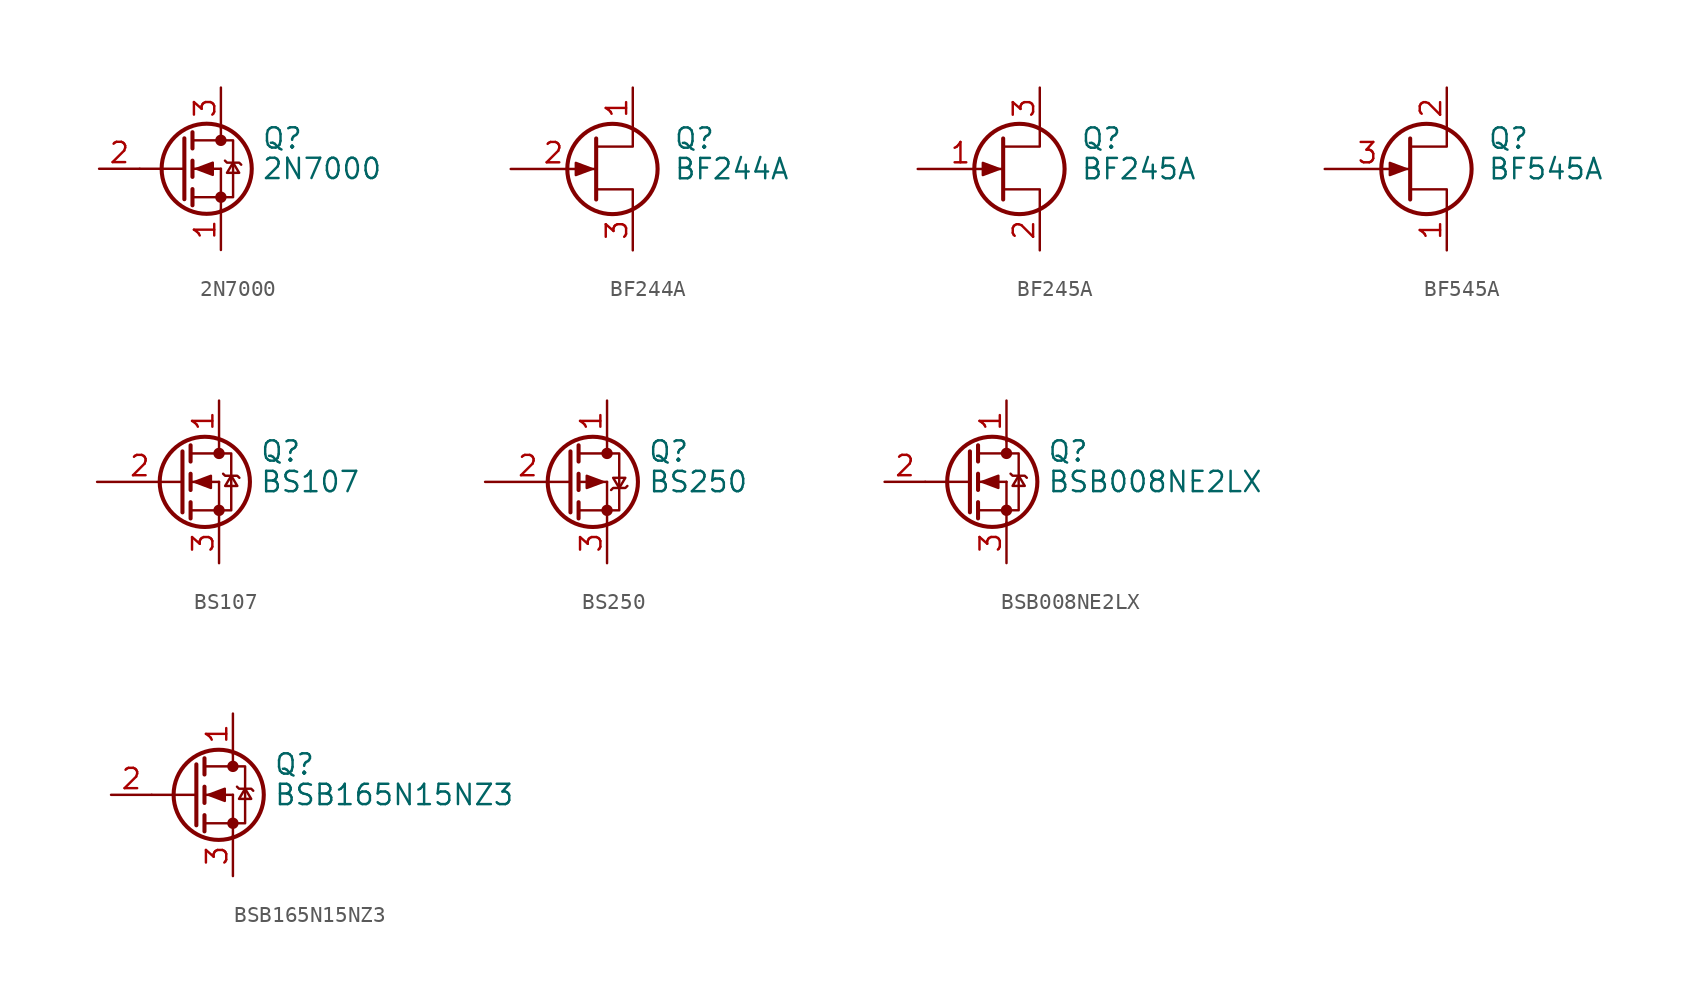
<source format=kicad_sym>
(kicad_symbol_lib
  (version 20201005)
  (generator kicad_symbol_editor)
  (symbol "2N7000"
    (pin_names
      (offset 0) hide)
    (property "Reference" "Q"
      (at 5.08 1.905 0)
      (effects (font (size 1.27 1.27)) (justify left)))
    (property "Value" "2N7000"
      (at 5.08 0 0)
      (effects (font (size 1.27 1.27)) (justify left)))
    (symbol "2N7000_0_1"
      (circle (center 1.651 0) (radius 2.819) (stroke (width 0.254)) (fill (type none)))
      (circle (center 2.54 -1.778) (radius 0.279) (stroke (width 0)) (fill (type outline)))
      (circle (center 2.54 1.778) (radius 0.279) (stroke (width 0)) (fill (type outline)))
      (polyline (pts (xy -2.54 0) (xy 0.254 0)) (stroke (width 0)) (fill (type none)))
      (polyline (pts (xy 0.762 -1.778) (xy 2.54 -1.778)) (stroke (width 0)) (fill (type none)))
      (polyline (pts (xy 0.762 -1.27) (xy 0.762 -2.286)) (stroke (width 0.254)) (fill (type none)))
      (polyline (pts (xy 0.762 0) (xy 2.54 0)) (stroke (width 0)) (fill (type none)))
      (polyline (pts (xy 0.762 0.508) (xy 0.762 -0.508)) (stroke (width 0.254)) (fill (type none)))
      (polyline (pts (xy 0.762 1.778) (xy 2.54 1.778)) (stroke (width 0)) (fill (type none)))
      (polyline (pts (xy 0.762 2.286) (xy 0.762 1.27)) (stroke (width 0.254)) (fill (type none)))
      (polyline (pts (xy 2.54 -1.778) (xy 2.54 -2.54)) (stroke (width 0)) (fill (type none)))
      (polyline (pts (xy 2.54 -1.778) (xy 2.54 0)) (stroke (width 0)) (fill (type none)))
      (polyline (pts (xy 2.54 2.54) (xy 2.54 1.778)) (stroke (width 0)) (fill (type none)))
      (polyline (pts (xy 0.254 1.905) (xy 0.254 -1.905) (xy 0.254 -1.905)) (stroke (width 0.254)) (fill (type none)))
      (polyline (pts (xy 1.016 0) (xy 2.032 0.381) (xy 2.032 -0.381) (xy 1.016 0)) (stroke (width 0)) (fill (type outline)))
      (polyline (pts (xy 2.54 -1.778) (xy 3.302 -1.778) (xy 3.302 1.778) (xy 2.54 1.778)) (stroke (width 0)) (fill (type none)))
      (polyline (pts (xy 2.794 0.508) (xy 2.921 0.381) (xy 3.683 0.381) (xy 3.81 0.254)) (stroke (width 0)) (fill (type none)))
      (polyline (pts (xy 3.302 0.381) (xy 2.921 -0.254) (xy 3.683 -0.254) (xy 3.302 0.381)) (stroke (width 0)) (fill (type none))))
    (symbol "2N7000_1_1"
      (pin passive line (at 2.54 -5.08 90) (length 2.54) (name "S" (effects (font (size 1.27 1.27)))) (number "1" (effects (font (size 1.27 1.27)))))
      (pin input line (at -5.08 0 0) (length 2.54) (name "G" (effects (font (size 1.27 1.27)))) (number "2" (effects (font (size 1.27 1.27)))))
      (pin passive line (at 2.54 5.08 270) (length 2.54) (name "D" (effects (font (size 1.27 1.27)))) (number "3" (effects (font (size 1.27 1.27)))))))
  (symbol "BF244A"
    (pin_names
      (offset 0) hide)
    (property "Reference" "Q"
      (at 5.08 1.905 0)
      (effects (font (size 1.27 1.27)) (justify left)))
    (property "Value" "BF244A"
      (at 5.08 0 0)
      (effects (font (size 1.27 1.27)) (justify left)))
    (symbol "BF244A_0_1"
      (circle (center 1.27 0) (radius 2.819) (stroke (width 0.254)) (fill (type none)))
      (polyline (pts (xy 0.254 1.905) (xy 0.254 -1.905) (xy 0.254 -1.905)) (stroke (width 0.254)) (fill (type none)))
      (polyline (pts (xy 2.54 -2.54) (xy 2.54 -1.27) (xy 0.254 -1.27)) (stroke (width 0)) (fill (type none)))
      (polyline (pts (xy 2.54 2.54) (xy 2.54 1.397) (xy 0.254 1.397)) (stroke (width 0)) (fill (type none)))
      (polyline (pts (xy 0 0) (xy -1.016 0.381) (xy -1.016 -0.381) (xy 0 0)) (stroke (width 0)) (fill (type outline))))
    (symbol "BF244A_1_1"
      (pin passive line (at 2.54 5.08 270) (length 2.54) (name "D" (effects (font (size 1.27 1.27)))) (number "1" (effects (font (size 1.27 1.27)))))
      (pin input line (at -5.08 0 0) (length 5.334) (name "G" (effects (font (size 1.27 1.27)))) (number "2" (effects (font (size 1.27 1.27)))))
      (pin passive line (at 2.54 -5.08 90) (length 2.54) (name "S" (effects (font (size 1.27 1.27)))) (number "3" (effects (font (size 1.27 1.27)))))))
  (symbol "BF245A"
    (pin_names
      (offset 0) hide)
    (property "Reference" "Q"
      (at 5.08 1.905 0)
      (effects (font (size 1.27 1.27)) (justify left)))
    (property "Value" "BF245A"
      (at 5.08 0 0)
      (effects (font (size 1.27 1.27)) (justify left)))
    (symbol "BF245A_0_1"
      (circle (center 1.27 0) (radius 2.819) (stroke (width 0.254)) (fill (type none)))
      (polyline (pts (xy 0.254 1.905) (xy 0.254 -1.905) (xy 0.254 -1.905)) (stroke (width 0.254)) (fill (type none)))
      (polyline (pts (xy 2.54 -2.54) (xy 2.54 -1.27) (xy 0.254 -1.27)) (stroke (width 0)) (fill (type none)))
      (polyline (pts (xy 2.54 2.54) (xy 2.54 1.397) (xy 0.254 1.397)) (stroke (width 0)) (fill (type none)))
      (polyline (pts (xy 0 0) (xy -1.016 0.381) (xy -1.016 -0.381) (xy 0 0)) (stroke (width 0)) (fill (type outline))))
    (symbol "BF245A_1_1"
      (pin input line (at -5.08 0 0) (length 5.334) (name "G" (effects (font (size 1.27 1.27)))) (number "1" (effects (font (size 1.27 1.27)))))
      (pin passive line (at 2.54 -5.08 90) (length 2.54) (name "S" (effects (font (size 1.27 1.27)))) (number "2" (effects (font (size 1.27 1.27)))))
      (pin passive line (at 2.54 5.08 270) (length 2.54) (name "D" (effects (font (size 1.27 1.27)))) (number "3" (effects (font (size 1.27 1.27)))))))
  (symbol "BF545A"
    (pin_names
      (offset 0) hide)
    (property "Reference" "Q"
      (at 5.08 1.905 0)
      (effects (font (size 1.27 1.27)) (justify left)))
    (property "Value" "BF545A"
      (at 5.08 0 0)
      (effects (font (size 1.27 1.27)) (justify left)))
    (symbol "BF545A_0_1"
      (circle (center 1.27 0) (radius 2.819) (stroke (width 0.254)) (fill (type none)))
      (polyline (pts (xy 0.254 1.905) (xy 0.254 -1.905) (xy 0.254 -1.905)) (stroke (width 0.254)) (fill (type none)))
      (polyline (pts (xy 2.54 -2.54) (xy 2.54 -1.27) (xy 0.254 -1.27)) (stroke (width 0)) (fill (type none)))
      (polyline (pts (xy 2.54 2.54) (xy 2.54 1.397) (xy 0.254 1.397)) (stroke (width 0)) (fill (type none)))
      (polyline (pts (xy 0 0) (xy -1.016 0.381) (xy -1.016 -0.381) (xy 0 0)) (stroke (width 0)) (fill (type outline))))
    (symbol "BF545A_1_1"
      (pin passive line (at 2.54 -5.08 90) (length 2.54) (name "S" (effects (font (size 1.27 1.27)))) (number "1" (effects (font (size 1.27 1.27)))))
      (pin passive line (at 2.54 5.08 270) (length 2.54) (name "D" (effects (font (size 1.27 1.27)))) (number "2" (effects (font (size 1.27 1.27)))))
      (pin input line (at -5.08 0 0) (length 5.334) (name "G" (effects (font (size 1.27 1.27)))) (number "3" (effects (font (size 1.27 1.27)))))))
  (symbol "BS107"
    (pin_names
      (offset 0) hide)
    (property "Reference" "Q"
      (at 5.08 1.905 0)
      (effects (font (size 1.27 1.27)) (justify left)))
    (property "Value" "BS107"
      (at 5.08 0 0)
      (effects (font (size 1.27 1.27)) (justify left)))
    (symbol "BS107_0_1"
      (circle (center 1.651 0) (radius 2.819) (stroke (width 0.254)) (fill (type none)))
      (circle (center 2.54 -1.778) (radius 0.279) (stroke (width 0)) (fill (type outline)))
      (circle (center 2.54 1.778) (radius 0.279) (stroke (width 0)) (fill (type outline)))
      (polyline (pts (xy 0.762 -1.778) (xy 2.54 -1.778)) (stroke (width 0)) (fill (type none)))
      (polyline (pts (xy 0.762 -1.27) (xy 0.762 -2.286)) (stroke (width 0.254)) (fill (type none)))
      (polyline (pts (xy 0.762 0) (xy 2.54 0)) (stroke (width 0)) (fill (type none)))
      (polyline (pts (xy 0.762 0.508) (xy 0.762 -0.508)) (stroke (width 0.254)) (fill (type none)))
      (polyline (pts (xy 0.762 1.778) (xy 2.54 1.778)) (stroke (width 0)) (fill (type none)))
      (polyline (pts (xy 0.762 2.286) (xy 0.762 1.27)) (stroke (width 0.254)) (fill (type none)))
      (polyline (pts (xy 2.54 -1.778) (xy 2.54 -2.54)) (stroke (width 0)) (fill (type none)))
      (polyline (pts (xy 2.54 -1.778) (xy 2.54 0)) (stroke (width 0)) (fill (type none)))
      (polyline (pts (xy 2.54 2.54) (xy 2.54 1.778)) (stroke (width 0)) (fill (type none)))
      (polyline (pts (xy 0.254 1.905) (xy 0.254 -1.905) (xy 0.254 -1.905)) (stroke (width 0.254)) (fill (type none)))
      (polyline (pts (xy 1.016 0) (xy 2.032 0.381) (xy 2.032 -0.381) (xy 1.016 0)) (stroke (width 0)) (fill (type outline)))
      (polyline (pts (xy 2.54 -1.778) (xy 3.302 -1.778) (xy 3.302 1.778) (xy 2.54 1.778)) (stroke (width 0)) (fill (type none)))
      (polyline (pts (xy 2.794 0.508) (xy 2.921 0.381) (xy 3.683 0.381) (xy 3.81 0.254)) (stroke (width 0)) (fill (type none)))
      (polyline (pts (xy 3.302 0.381) (xy 2.921 -0.254) (xy 3.683 -0.254) (xy 3.302 0.381)) (stroke (width 0)) (fill (type none))))
    (symbol "BS107_1_1"
      (pin passive line (at 2.54 5.08 270) (length 2.54) (name "D" (effects (font (size 1.27 1.27)))) (number "1" (effects (font (size 1.27 1.27)))))
      (pin input line (at -5.08 0 0) (length 5.334) (name "G" (effects (font (size 1.27 1.27)))) (number "2" (effects (font (size 1.27 1.27)))))
      (pin passive line (at 2.54 -5.08 90) (length 2.54) (name "S" (effects (font (size 1.27 1.27)))) (number "3" (effects (font (size 1.27 1.27)))))))
  (symbol "BS250"
    (pin_names
      (offset 0) hide)
    (property "Reference" "Q"
      (at 5.08 1.905 0)
      (effects (font (size 1.27 1.27)) (justify left)))
    (property "Value" "BS250"
      (at 5.08 0 0)
      (effects (font (size 1.27 1.27)) (justify left)))
    (symbol "BS250_0_1"
      (circle (center 1.651 0) (radius 2.819) (stroke (width 0.254)) (fill (type none)))
      (circle (center 2.54 -1.778) (radius 0.279) (stroke (width 0)) (fill (type outline)))
      (circle (center 2.54 1.778) (radius 0.279) (stroke (width 0)) (fill (type outline)))
      (polyline (pts (xy 0.762 -1.778) (xy 2.54 -1.778)) (stroke (width 0)) (fill (type none)))
      (polyline (pts (xy 0.762 -1.27) (xy 0.762 -2.286)) (stroke (width 0.254)) (fill (type none)))
      (polyline (pts (xy 0.762 0) (xy 2.54 0)) (stroke (width 0)) (fill (type none)))
      (polyline (pts (xy 0.762 0.508) (xy 0.762 -0.508)) (stroke (width 0.254)) (fill (type none)))
      (polyline (pts (xy 0.762 1.778) (xy 2.54 1.778)) (stroke (width 0)) (fill (type none)))
      (polyline (pts (xy 0.762 2.286) (xy 0.762 1.27)) (stroke (width 0.254)) (fill (type none)))
      (polyline (pts (xy 2.54 -1.778) (xy 2.54 -2.54)) (stroke (width 0)) (fill (type none)))
      (polyline (pts (xy 2.54 -1.778) (xy 2.54 0)) (stroke (width 0)) (fill (type none)))
      (polyline (pts (xy 2.54 2.54) (xy 2.54 1.778)) (stroke (width 0)) (fill (type none)))
      (polyline (pts (xy 0.254 1.905) (xy 0.254 -1.905) (xy 0.254 -1.905)) (stroke (width 0.254)) (fill (type none)))
      (polyline (pts (xy 2.286 0) (xy 1.27 -0.381) (xy 1.27 0.381) (xy 2.286 0)) (stroke (width 0)) (fill (type outline)))
      (polyline (pts (xy 2.54 -1.778) (xy 3.302 -1.778) (xy 3.302 1.778) (xy 2.54 1.778)) (stroke (width 0)) (fill (type none)))
      (polyline (pts (xy 2.794 -0.508) (xy 2.921 -0.381) (xy 3.683 -0.381) (xy 3.81 -0.254)) (stroke (width 0)) (fill (type none)))
      (polyline (pts (xy 3.302 -0.381) (xy 2.921 0.254) (xy 3.683 0.254) (xy 3.302 -0.381)) (stroke (width 0)) (fill (type none))))
    (symbol "BS250_1_1"
      (pin passive line (at 2.54 5.08 270) (length 2.54) (name "D" (effects (font (size 1.27 1.27)))) (number "1" (effects (font (size 1.27 1.27)))))
      (pin input line (at -5.08 0 0) (length 5.334) (name "G" (effects (font (size 1.27 1.27)))) (number "2" (effects (font (size 1.27 1.27)))))
      (pin passive line (at 2.54 -5.08 90) (length 2.54) (name "S" (effects (font (size 1.27 1.27)))) (number "3" (effects (font (size 1.27 1.27)))))))
  (symbol "BSB008NE2LX"
    (pin_names
      (offset 0) hide)
    (property "Reference" "Q"
      (at 5.08 1.905 0)
      (effects (font (size 1.27 1.27)) (justify left)))
    (property "Value" "BSB008NE2LX"
      (at 5.08 0 0)
      (effects (font (size 1.27 1.27)) (justify left)))
    (symbol "BSB008NE2LX_0_1"
      (circle (center 1.651 0) (radius 2.819) (stroke (width 0.254)) (fill (type none)))
      (circle (center 2.54 -1.778) (radius 0.279) (stroke (width 0)) (fill (type outline)))
      (circle (center 2.54 1.778) (radius 0.279) (stroke (width 0)) (fill (type outline)))
      (polyline (pts (xy -2.54 0) (xy 0.254 0)) (stroke (width 0)) (fill (type none)))
      (polyline (pts (xy 0.762 -1.778) (xy 2.54 -1.778)) (stroke (width 0)) (fill (type none)))
      (polyline (pts (xy 0.762 -1.27) (xy 0.762 -2.286)) (stroke (width 0.254)) (fill (type none)))
      (polyline (pts (xy 0.762 0) (xy 2.54 0)) (stroke (width 0)) (fill (type none)))
      (polyline (pts (xy 0.762 0.508) (xy 0.762 -0.508)) (stroke (width 0.254)) (fill (type none)))
      (polyline (pts (xy 0.762 1.778) (xy 2.54 1.778)) (stroke (width 0)) (fill (type none)))
      (polyline (pts (xy 0.762 2.286) (xy 0.762 1.27)) (stroke (width 0.254)) (fill (type none)))
      (polyline (pts (xy 2.54 -1.778) (xy 2.54 -2.54)) (stroke (width 0)) (fill (type none)))
      (polyline (pts (xy 2.54 -1.778) (xy 2.54 0)) (stroke (width 0)) (fill (type none)))
      (polyline (pts (xy 2.54 2.54) (xy 2.54 1.778)) (stroke (width 0)) (fill (type none)))
      (polyline (pts (xy 0.254 1.905) (xy 0.254 -1.905) (xy 0.254 -1.905)) (stroke (width 0.254)) (fill (type none)))
      (polyline (pts (xy 1.016 0) (xy 2.032 0.381) (xy 2.032 -0.381) (xy 1.016 0)) (stroke (width 0)) (fill (type outline)))
      (polyline (pts (xy 2.54 -1.778) (xy 3.302 -1.778) (xy 3.302 1.778) (xy 2.54 1.778)) (stroke (width 0)) (fill (type none)))
      (polyline (pts (xy 2.794 0.508) (xy 2.921 0.381) (xy 3.683 0.381) (xy 3.81 0.254)) (stroke (width 0)) (fill (type none)))
      (polyline (pts (xy 3.302 0.381) (xy 2.921 -0.254) (xy 3.683 -0.254) (xy 3.302 0.381)) (stroke (width 0)) (fill (type none))))
    (symbol "BSB008NE2LX_1_1"
      (pin passive line (at 2.54 5.08 270) (length 2.54) (name "D" (effects (font (size 1.27 1.27)))) (number "1" (effects (font (size 1.27 1.27)))))
      (pin input line (at -5.08 0 0) (length 2.54) (name "G" (effects (font (size 1.27 1.27)))) (number "2" (effects (font (size 1.27 1.27)))))
      (pin passive line (at 2.54 -5.08 90) (length 2.54) (name "S" (effects (font (size 1.27 1.27)))) (number "3" (effects (font (size 1.27 1.27)))))))
  (symbol "BSB165N15NZ3"
    (pin_names
      (offset 0) hide)
    (property "Reference" "Q"
      (at 5.08 1.905 0)
      (effects (font (size 1.27 1.27)) (justify left)))
    (property "Value" "BSB165N15NZ3"
      (at 5.08 0 0)
      (effects (font (size 1.27 1.27)) (justify left)))
    (symbol "BSB165N15NZ3_0_1"
      (circle (center 1.651 0) (radius 2.819) (stroke (width 0.254)) (fill (type none)))
      (circle (center 2.54 -1.778) (radius 0.279) (stroke (width 0)) (fill (type outline)))
      (circle (center 2.54 1.778) (radius 0.279) (stroke (width 0)) (fill (type outline)))
      (polyline (pts (xy -2.54 0) (xy 0.254 0)) (stroke (width 0)) (fill (type none)))
      (polyline (pts (xy 0.762 -1.778) (xy 2.54 -1.778)) (stroke (width 0)) (fill (type none)))
      (polyline (pts (xy 0.762 -1.27) (xy 0.762 -2.286)) (stroke (width 0.254)) (fill (type none)))
      (polyline (pts (xy 0.762 0) (xy 2.54 0)) (stroke (width 0)) (fill (type none)))
      (polyline (pts (xy 0.762 0.508) (xy 0.762 -0.508)) (stroke (width 0.254)) (fill (type none)))
      (polyline (pts (xy 0.762 1.778) (xy 2.54 1.778)) (stroke (width 0)) (fill (type none)))
      (polyline (pts (xy 0.762 2.286) (xy 0.762 1.27)) (stroke (width 0.254)) (fill (type none)))
      (polyline (pts (xy 2.54 -1.778) (xy 2.54 -2.54)) (stroke (width 0)) (fill (type none)))
      (polyline (pts (xy 2.54 -1.778) (xy 2.54 0)) (stroke (width 0)) (fill (type none)))
      (polyline (pts (xy 2.54 2.54) (xy 2.54 1.778)) (stroke (width 0)) (fill (type none)))
      (polyline (pts (xy 0.254 1.905) (xy 0.254 -1.905) (xy 0.254 -1.905)) (stroke (width 0.254)) (fill (type none)))
      (polyline (pts (xy 1.016 0) (xy 2.032 0.381) (xy 2.032 -0.381) (xy 1.016 0)) (stroke (width 0)) (fill (type outline)))
      (polyline (pts (xy 2.54 -1.778) (xy 3.302 -1.778) (xy 3.302 1.778) (xy 2.54 1.778)) (stroke (width 0)) (fill (type none)))
      (polyline (pts (xy 2.794 0.508) (xy 2.921 0.381) (xy 3.683 0.381) (xy 3.81 0.254)) (stroke (width 0)) (fill (type none)))
      (polyline (pts (xy 3.302 0.381) (xy 2.921 -0.254) (xy 3.683 -0.254) (xy 3.302 0.381)) (stroke (width 0)) (fill (type none))))
    (symbol "BSB165N15NZ3_1_1"
      (pin passive line (at 2.54 5.08 270) (length 2.54) (name "D" (effects (font (size 1.27 1.27)))) (number "1" (effects (font (size 1.27 1.27)))))
      (pin input line (at -5.08 0 0) (length 2.54) (name "G" (effects (font (size 1.27 1.27)))) (number "2" (effects (font (size 1.27 1.27)))))
      (pin passive line (at 2.54 -5.08 90) (length 2.54) (name "S" (effects (font (size 1.27 1.27)))) (number "3" (effects (font (size 1.27 1.27))))))))
</source>
